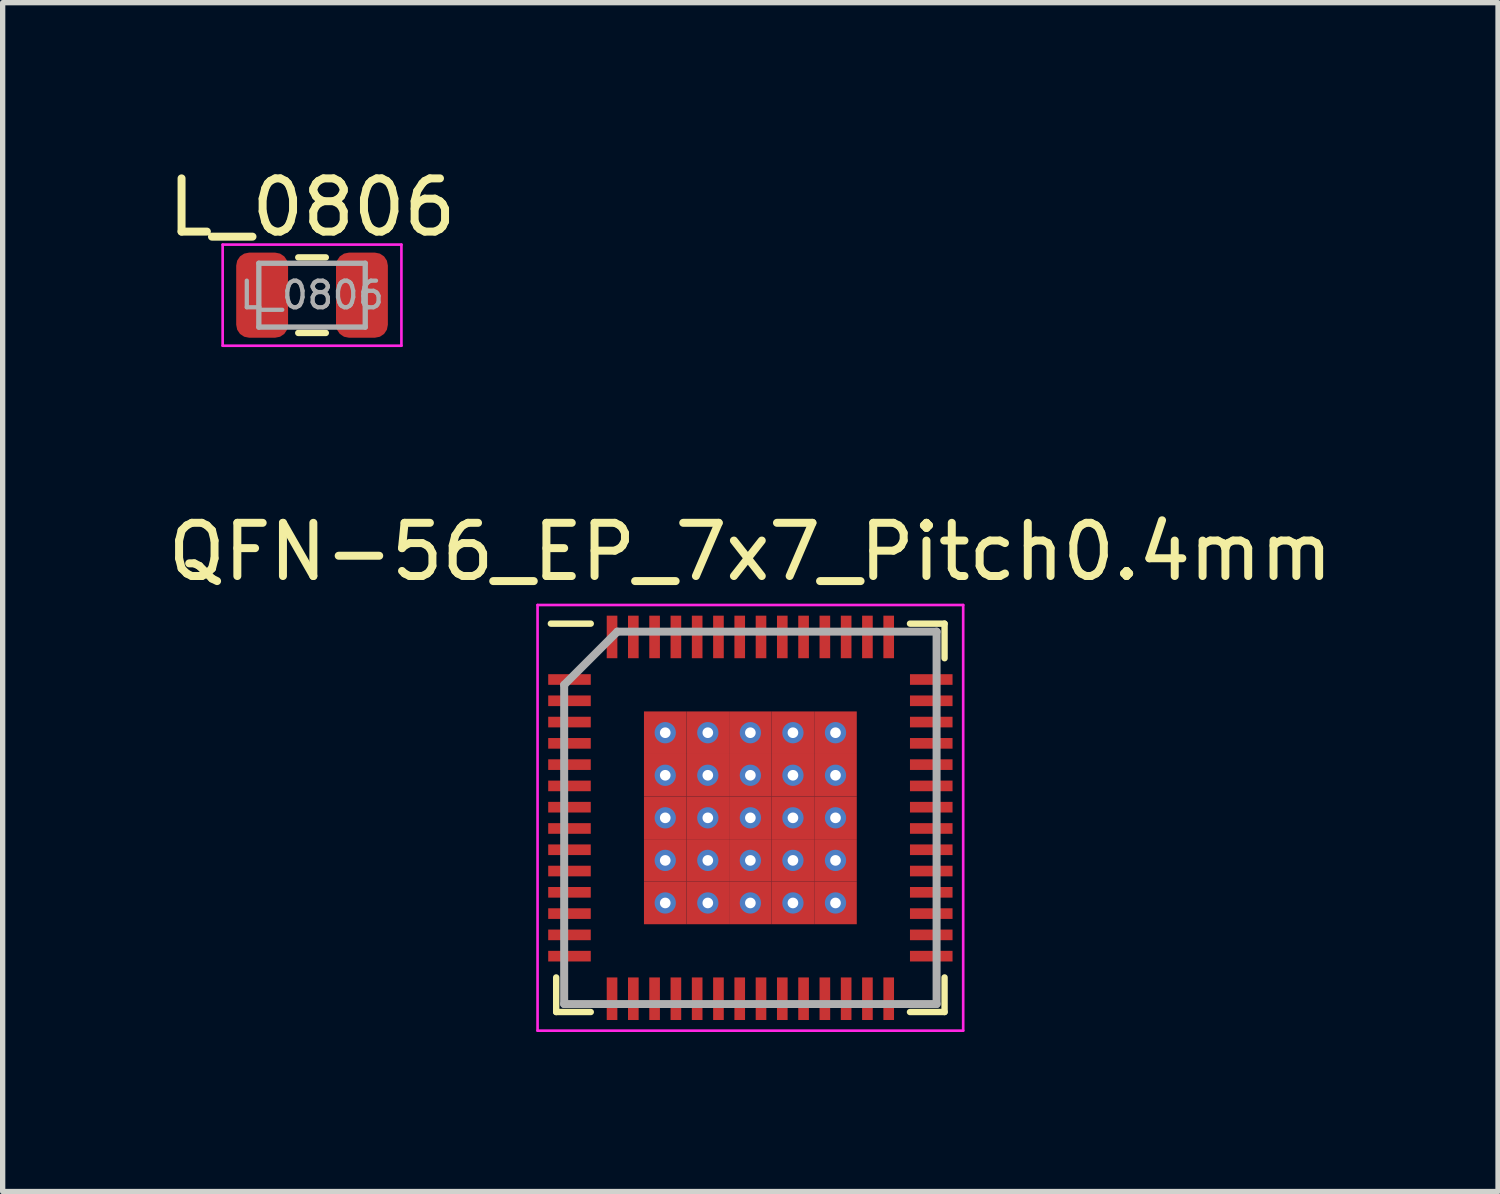
<source format=kicad_pcb>
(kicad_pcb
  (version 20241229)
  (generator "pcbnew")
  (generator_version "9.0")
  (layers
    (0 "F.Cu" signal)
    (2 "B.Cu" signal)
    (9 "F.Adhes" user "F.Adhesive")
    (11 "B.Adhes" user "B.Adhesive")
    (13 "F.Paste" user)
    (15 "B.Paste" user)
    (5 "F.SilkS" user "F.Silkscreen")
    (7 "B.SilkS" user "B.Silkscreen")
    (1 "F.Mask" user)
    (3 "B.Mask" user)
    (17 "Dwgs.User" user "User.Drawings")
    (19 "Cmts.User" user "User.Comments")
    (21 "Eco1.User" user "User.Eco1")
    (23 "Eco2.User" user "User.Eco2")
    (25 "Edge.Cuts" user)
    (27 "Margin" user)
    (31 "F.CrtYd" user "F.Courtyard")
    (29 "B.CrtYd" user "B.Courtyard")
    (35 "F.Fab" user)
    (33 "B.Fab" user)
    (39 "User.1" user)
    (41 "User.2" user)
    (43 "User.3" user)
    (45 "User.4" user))
  (footprint "QFN-56_EP_7x7_Pitch0.4mm"
    (layer "F.Cu")
    (at 11.054 12.322)
    (property "Reference" "QFN-56_EP_7x7_Pitch0.4mm" (at 0 -5 0) (layer "F.SilkS") (effects (font (size 1 1) (thickness 0.15))))
    (attr smd)
    (fp_line (start -3.65 3.65) (end -3.65 3) (stroke (width 0.12) (type solid)) (layer "F.SilkS"))
    (fp_line (start -3 -3.65) (end -3.75 -3.65) (stroke (width 0.12) (type solid)) (layer "F.SilkS"))
    (fp_line (start -3 3.65) (end -3.65 3.65) (stroke (width 0.12) (type solid)) (layer "F.SilkS"))
    (fp_line (start 3 -3.65) (end 3.65 -3.65) (stroke (width 0.12) (type solid)) (layer "F.SilkS"))
    (fp_line (start 3 3.65) (end 3.65 3.65) (stroke (width 0.12) (type solid)) (layer "F.SilkS"))
    (fp_line (start 3.65 -3.65) (end 3.65 -3) (stroke (width 0.12) (type solid)) (layer "F.SilkS"))
    (fp_line (start 3.65 3.65) (end 3.65 3) (stroke (width 0.12) (type solid)) (layer "F.SilkS"))
    (fp_poly (pts (xy -1.9 -1.9) (xy -0.1 -1.9) (xy -0.1 -0.1) (xy -1.9 -0.1)) (stroke (width 0.1) (type solid)) (fill yes) (layer "F.Paste"))
    (fp_poly (pts (xy -1.9 0.1) (xy -0.1 0.1) (xy -0.1 1.9) (xy -1.9 1.9)) (stroke (width 0.1) (type solid)) (fill yes) (layer "F.Paste"))
    (fp_poly (pts (xy 0.1 -1.9) (xy 1.9 -1.9) (xy 1.9 -0.1) (xy 0.1 -0.1)) (stroke (width 0.1) (type solid)) (fill yes) (layer "F.Paste"))
    (fp_poly (pts (xy 0.1 0.1) (xy 1.9 0.1) (xy 1.9 1.9) (xy 0.1 1.9)) (stroke (width 0.1) (type solid)) (fill yes) (layer "F.Paste"))
    (fp_line (start -4 -4) (end 4 -4) (stroke (width 0.05) (type solid)) (layer "F.CrtYd"))
    (fp_line (start -4 4) (end -4 -4) (stroke (width 0.05) (type solid)) (layer "F.CrtYd"))
    (fp_line (start 4 -4) (end 4 4) (stroke (width 0.05) (type solid)) (layer "F.CrtYd"))
    (fp_line (start 4 4) (end -4 4) (stroke (width 0.05) (type solid)) (layer "F.CrtYd"))
    (fp_line (start -3.5 -2.5) (end -3.5 3.5) (stroke (width 0.15) (type solid)) (layer "F.Fab"))
    (fp_line (start -3.5 3.5) (end 3.5 3.5) (stroke (width 0.15) (type solid)) (layer "F.Fab"))
    (fp_line (start -2.5 -3.5) (end -3.5 -2.5) (stroke (width 0.15) (type solid)) (layer "F.Fab"))
    (fp_line (start 3.5 -3.5) (end -2.5 -3.5) (stroke (width 0.15) (type solid)) (layer "F.Fab"))
    (fp_line (start 3.5 3.5) (end 3.5 -3.5) (stroke (width 0.15) (type solid)) (layer "F.Fab"))
    (pad "1" smd rect (at -3.4 -2.6 90) (size 0.2 0.8) (layers "F.Cu" "F.Mask" "F.Paste"))
    (pad "2" smd rect (at -3.4 -2.2 90) (size 0.2 0.8) (layers "F.Cu" "F.Mask" "F.Paste"))
    (pad "3" smd rect (at -3.4 -1.8 90) (size 0.2 0.8) (layers "F.Cu" "F.Mask" "F.Paste"))
    (pad "4" smd rect (at -3.4 -1.4 90) (size 0.2 0.8) (layers "F.Cu" "F.Mask" "F.Paste"))
    (pad "5" smd rect (at -3.4 -1 90) (size 0.2 0.8) (layers "F.Cu" "F.Mask" "F.Paste"))
    (pad "6" smd rect (at -3.4 -0.6 90) (size 0.2 0.8) (layers "F.Cu" "F.Mask" "F.Paste"))
    (pad "7" smd rect (at -3.4 -0.2 90) (size 0.2 0.8) (layers "F.Cu" "F.Mask" "F.Paste"))
    (pad "8" smd rect (at -3.4 0.2 90) (size 0.2 0.8) (layers "F.Cu" "F.Mask" "F.Paste"))
    (pad "9" smd rect (at -3.4 0.6 90) (size 0.2 0.8) (layers "F.Cu" "F.Mask" "F.Paste"))
    (pad "10" smd rect (at -3.4 1 90) (size 0.2 0.8) (layers "F.Cu" "F.Mask" "F.Paste"))
    (pad "11" smd rect (at -3.4 1.4 90) (size 0.2 0.8) (layers "F.Cu" "F.Mask" "F.Paste"))
    (pad "12" smd rect (at -3.4 1.8 90) (size 0.2 0.8) (layers "F.Cu" "F.Mask" "F.Paste"))
    (pad "13" smd rect (at -3.4 2.2 90) (size 0.2 0.8) (layers "F.Cu" "F.Mask" "F.Paste"))
    (pad "14" smd rect (at -3.4 2.6 90) (size 0.2 0.8) (layers "F.Cu" "F.Mask" "F.Paste"))
    (pad "15" smd rect (at -2.6 3.4) (size 0.2 0.8) (layers "F.Cu" "F.Mask" "F.Paste"))
    (pad "16" smd rect (at -2.2 3.4) (size 0.2 0.8) (layers "F.Cu" "F.Mask" "F.Paste"))
    (pad "17" smd rect (at -1.8 3.4) (size 0.2 0.8) (layers "F.Cu" "F.Mask" "F.Paste"))
    (pad "18" smd rect (at -1.4 3.4) (size 0.2 0.8) (layers "F.Cu" "F.Mask" "F.Paste"))
    (pad "19" smd rect (at -1 3.4) (size 0.2 0.8) (layers "F.Cu" "F.Mask" "F.Paste"))
    (pad "20" smd rect (at -0.6 3.4) (size 0.2 0.8) (layers "F.Cu" "F.Mask" "F.Paste"))
    (pad "21" smd rect (at -0.2 3.4) (size 0.2 0.8) (layers "F.Cu" "F.Mask" "F.Paste"))
    (pad "22" smd rect (at 0.2 3.4) (size 0.2 0.8) (layers "F.Cu" "F.Mask" "F.Paste"))
    (pad "23" smd rect (at 0.6 3.4) (size 0.2 0.8) (layers "F.Cu" "F.Mask" "F.Paste"))
    (pad "24" smd rect (at 1 3.4) (size 0.2 0.8) (layers "F.Cu" "F.Mask" "F.Paste"))
    (pad "25" smd rect (at 1.4 3.4) (size 0.2 0.8) (layers "F.Cu" "F.Mask" "F.Paste"))
    (pad "26" smd rect (at 1.8 3.4) (size 0.2 0.8) (layers "F.Cu" "F.Mask" "F.Paste"))
    (pad "27" smd rect (at 2.2 3.4) (size 0.2 0.8) (layers "F.Cu" "F.Mask" "F.Paste"))
    (pad "28" smd rect (at 2.6 3.4) (size 0.2 0.8) (layers "F.Cu" "F.Mask" "F.Paste"))
    (pad "29" smd rect (at 3.4 2.6 90) (size 0.2 0.8) (layers "F.Cu" "F.Mask" "F.Paste"))
    (pad "30" smd rect (at 3.4 2.2 90) (size 0.2 0.8) (layers "F.Cu" "F.Mask" "F.Paste"))
    (pad "31" smd rect (at 3.4 1.8 90) (size 0.2 0.8) (layers "F.Cu" "F.Mask" "F.Paste"))
    (pad "32" smd rect (at 3.4 1.4 90) (size 0.2 0.8) (layers "F.Cu" "F.Mask" "F.Paste"))
    (pad "33" smd rect (at 3.4 1 90) (size 0.2 0.8) (layers "F.Cu" "F.Mask" "F.Paste"))
    (pad "34" smd rect (at 3.4 0.6 90) (size 0.2 0.8) (layers "F.Cu" "F.Mask" "F.Paste"))
    (pad "35" smd rect (at 3.4 0.2 90) (size 0.2 0.8) (layers "F.Cu" "F.Mask" "F.Paste"))
    (pad "36" smd rect (at 3.4 -0.2 90) (size 0.2 0.8) (layers "F.Cu" "F.Mask" "F.Paste"))
    (pad "37" smd rect (at 3.4 -0.6 90) (size 0.2 0.8) (layers "F.Cu" "F.Mask" "F.Paste"))
    (pad "38" smd rect (at 3.4 -1 90) (size 0.2 0.8) (layers "F.Cu" "F.Mask" "F.Paste"))
    (pad "39" smd rect (at 3.4 -1.4 90) (size 0.2 0.8) (layers "F.Cu" "F.Mask" "F.Paste"))
    (pad "40" smd rect (at 3.4 -1.8 90) (size 0.2 0.8) (layers "F.Cu" "F.Mask" "F.Paste"))
    (pad "41" smd rect (at 3.4 -2.2 90) (size 0.2 0.8) (layers "F.Cu" "F.Mask" "F.Paste"))
    (pad "42" smd rect (at 3.4 -2.6 90) (size 0.2 0.8) (layers "F.Cu" "F.Mask" "F.Paste"))
    (pad "43" smd rect (at 2.6 -3.4) (size 0.2 0.8) (layers "F.Cu" "F.Mask" "F.Paste"))
    (pad "44" smd rect (at 2.2 -3.4) (size 0.2 0.8) (layers "F.Cu" "F.Mask" "F.Paste"))
    (pad "45" smd rect (at 1.8 -3.4) (size 0.2 0.8) (layers "F.Cu" "F.Mask" "F.Paste"))
    (pad "46" smd rect (at 1.4 -3.4) (size 0.2 0.8) (layers "F.Cu" "F.Mask" "F.Paste"))
    (pad "47" smd rect (at 1 -3.4) (size 0.2 0.8) (layers "F.Cu" "F.Mask" "F.Paste"))
    (pad "48" smd rect (at 0.6 -3.4) (size 0.2 0.8) (layers "F.Cu" "F.Mask" "F.Paste"))
    (pad "49" smd rect (at 0.2 -3.4) (size 0.2 0.8) (layers "F.Cu" "F.Mask" "F.Paste"))
    (pad "50" smd rect (at -0.2 -3.4) (size 0.2 0.8) (layers "F.Cu" "F.Mask" "F.Paste"))
    (pad "51" smd rect (at -0.6 -3.4) (size 0.2 0.8) (layers "F.Cu" "F.Mask" "F.Paste"))
    (pad "52" smd rect (at -1 -3.4) (size 0.2 0.8) (layers "F.Cu" "F.Mask" "F.Paste"))
    (pad "53" smd rect (at -1.4 -3.4) (size 0.2 0.8) (layers "F.Cu" "F.Mask" "F.Paste"))
    (pad "54" smd rect (at -1.8 -3.4) (size 0.2 0.8) (layers "F.Cu" "F.Mask" "F.Paste"))
    (pad "55" smd rect (at -2.2 -3.4) (size 0.2 0.8) (layers "F.Cu" "F.Mask" "F.Paste"))
    (pad "56" smd rect (at -2.6 -3.4) (size 0.2 0.8) (layers "F.Cu" "F.Mask" "F.Paste"))
    (pad "57" thru_hole circle (at -1.6 -1.6) (size 0.4 0.4) (drill 0.2) (layers "*.Cu" "*.Mask"))
    (pad "57" smd rect (at -1.6 -1.6) (size 0.8 0.8) (layers "F.Cu" "F.Mask" "F.Paste"))
    (pad "57" thru_hole circle (at -1.6 -0.8) (size 0.4 0.4) (drill 0.2) (layers "*.Cu" "*.Mask"))
    (pad "57" smd rect (at -1.6 -0.8) (size 0.8 0.8) (layers "F.Cu" "F.Mask" "F.Paste"))
    (pad "57" thru_hole circle (at -1.6 0) (size 0.4 0.4) (drill 0.2) (layers "*.Cu" "*.Mask"))
    (pad "57" smd rect (at -1.6 0) (size 0.8 0.8) (layers "F.Cu" "F.Mask" "F.Paste"))
    (pad "57" thru_hole circle (at -1.6 0.8) (size 0.4 0.4) (drill 0.2) (layers "*.Cu" "*.Mask"))
    (pad "57" smd rect (at -1.6 0.8) (size 0.8 0.8) (layers "F.Cu" "F.Mask" "F.Paste"))
    (pad "57" thru_hole circle (at -1.6 1.6) (size 0.4 0.4) (drill 0.2) (layers "*.Cu" "*.Mask"))
    (pad "57" smd rect (at -1.6 1.6) (size 0.8 0.8) (layers "F.Cu" "F.Mask" "F.Paste"))
    (pad "57" thru_hole circle (at -0.8 -1.6) (size 0.4 0.4) (drill 0.2) (layers "*.Cu" "*.Mask"))
    (pad "57" smd rect (at -0.8 -1.6) (size 0.8 0.8) (layers "F.Cu" "F.Mask" "F.Paste"))
    (pad "57" thru_hole circle (at -0.8 -0.8) (size 0.4 0.4) (drill 0.2) (layers "*.Cu" "*.Mask"))
    (pad "57" smd rect (at -0.8 -0.8) (size 0.8 0.8) (layers "F.Cu" "F.Mask" "F.Paste"))
    (pad "57" thru_hole circle (at -0.8 0) (size 0.4 0.4) (drill 0.2) (layers "*.Cu" "*.Mask"))
    (pad "57" smd rect (at -0.8 0) (size 0.8 0.8) (layers "F.Cu" "F.Mask" "F.Paste"))
    (pad "57" thru_hole circle (at -0.8 0.8) (size 0.4 0.4) (drill 0.2) (layers "*.Cu" "*.Mask"))
    (pad "57" smd rect (at -0.8 0.8) (size 0.8 0.8) (layers "F.Cu" "F.Mask" "F.Paste"))
    (pad "57" thru_hole circle (at -0.8 1.6) (size 0.4 0.4) (drill 0.2) (layers "*.Cu" "*.Mask"))
    (pad "57" smd rect (at -0.8 1.6) (size 0.8 0.8) (layers "F.Cu" "F.Mask" "F.Paste"))
    (pad "57" thru_hole circle (at 0 -1.6) (size 0.4 0.4) (drill 0.2) (layers "*.Cu" "*.Mask"))
    (pad "57" smd rect (at 0 -1.6) (size 0.8 0.8) (layers "F.Cu" "F.Mask" "F.Paste"))
    (pad "57" thru_hole circle (at 0 -0.8) (size 0.4 0.4) (drill 0.2) (layers "*.Cu" "*.Mask"))
    (pad "57" smd rect (at 0 -0.8) (size 0.8 0.8) (layers "F.Cu" "F.Mask" "F.Paste"))
    (pad "57" thru_hole circle (at 0 0) (size 0.4 0.4) (drill 0.2) (layers "*.Cu" "*.Mask"))
    (pad "57" smd rect (at 0 0) (size 0.8 0.8) (layers "F.Cu" "F.Mask" "F.Paste"))
    (pad "57" thru_hole circle (at 0 0.8) (size 0.4 0.4) (drill 0.2) (layers "*.Cu" "*.Mask"))
    (pad "57" smd rect (at 0 0.8) (size 0.8 0.8) (layers "F.Cu" "F.Mask" "F.Paste"))
    (pad "57" thru_hole circle (at 0 1.6) (size 0.4 0.4) (drill 0.2) (layers "*.Cu" "*.Mask"))
    (pad "57" smd rect (at 0 1.6) (size 0.8 0.8) (layers "F.Cu" "F.Mask" "F.Paste"))
    (pad "57" thru_hole circle (at 0.8 -1.6) (size 0.4 0.4) (drill 0.2) (layers "*.Cu" "*.Mask"))
    (pad "57" smd rect (at 0.8 -1.6) (size 0.8 0.8) (layers "F.Cu" "F.Mask" "F.Paste"))
    (pad "57" thru_hole circle (at 0.8 -0.8) (size 0.4 0.4) (drill 0.2) (layers "*.Cu" "*.Mask"))
    (pad "57" smd rect (at 0.8 -0.8) (size 0.8 0.8) (layers "F.Cu" "F.Mask" "F.Paste"))
    (pad "57" thru_hole circle (at 0.8 0) (size 0.4 0.4) (drill 0.2) (layers "*.Cu" "*.Mask"))
    (pad "57" smd rect (at 0.8 0) (size 0.8 0.8) (layers "F.Cu" "F.Mask" "F.Paste"))
    (pad "57" thru_hole circle (at 0.8 0.8) (size 0.4 0.4) (drill 0.2) (layers "*.Cu" "*.Mask"))
    (pad "57" smd rect (at 0.8 0.8) (size 0.8 0.8) (layers "F.Cu" "F.Mask" "F.Paste"))
    (pad "57" thru_hole circle (at 0.8 1.6) (size 0.4 0.4) (drill 0.2) (layers "*.Cu" "*.Mask"))
    (pad "57" smd rect (at 0.8 1.6) (size 0.8 0.8) (layers "F.Cu" "F.Mask" "F.Paste"))
    (pad "57" thru_hole circle (at 1.6 -1.6) (size 0.4 0.4) (drill 0.2) (layers "*.Cu" "*.Mask"))
    (pad "57" smd rect (at 1.6 -1.6) (size 0.8 0.8) (layers "F.Cu" "F.Mask" "F.Paste"))
    (pad "57" thru_hole circle (at 1.6 -0.8) (size 0.4 0.4) (drill 0.2) (layers "*.Cu" "*.Mask"))
    (pad "57" smd rect (at 1.6 -0.8) (size 0.8 0.8) (layers "F.Cu" "F.Mask" "F.Paste"))
    (pad "57" thru_hole circle (at 1.6 0) (size 0.4 0.4) (drill 0.2) (layers "*.Cu" "*.Mask"))
    (pad "57" smd rect (at 1.6 0) (size 0.8 0.8) (layers "F.Cu" "F.Mask" "F.Paste"))
    (pad "57" thru_hole circle (at 1.6 0.8) (size 0.4 0.4) (drill 0.2) (layers "*.Cu" "*.Mask"))
    (pad "57" smd rect (at 1.6 0.8) (size 0.8 0.8) (layers "F.Cu" "F.Mask" "F.Paste"))
    (pad "57" thru_hole circle (at 1.6 1.6) (size 0.4 0.4) (drill 0.2) (layers "*.Cu" "*.Mask"))
    (pad "57" smd rect (at 1.6 1.6) (size 0.8 0.8) (layers "F.Cu" "F.Mask" "F.Paste")))
  (footprint "L_0806"
    (layer "F.Cu")
    (at 2.815 2.498)
    (property "Reference" "L_0806" (at 0 -1.65 0) (layer "F.SilkS") (effects (font (size 1 1) (thickness 0.15))))
    (attr smd)
    (fp_line (start -0.259 -0.71) (end 0.259 -0.71) (stroke (width 0.12) (type solid)) (layer "F.SilkS"))
    (fp_line (start -0.259 0.71) (end 0.259 0.71) (stroke (width 0.12) (type solid)) (layer "F.SilkS"))
    (fp_line (start -1.68 -0.95) (end 1.68 -0.95) (stroke (width 0.05) (type solid)) (layer "F.CrtYd"))
    (fp_line (start -1.68 0.95) (end -1.68 -0.95) (stroke (width 0.05) (type solid)) (layer "F.CrtYd"))
    (fp_line (start 1.68 -0.95) (end 1.68 0.95) (stroke (width 0.05) (type solid)) (layer "F.CrtYd"))
    (fp_line (start 1.68 0.95) (end -1.68 0.95) (stroke (width 0.05) (type solid)) (layer "F.CrtYd"))
    (fp_line (start -1 -0.6) (end 1 -0.6) (stroke (width 0.1) (type solid)) (layer "F.Fab"))
    (fp_line (start -1 0.6) (end -1 -0.6) (stroke (width 0.1) (type solid)) (layer "F.Fab"))
    (fp_line (start 1 -0.6) (end 1 0.6) (stroke (width 0.1) (type solid)) (layer "F.Fab"))
    (fp_line (start 1 0.6) (end -1 0.6) (stroke (width 0.1) (type solid)) (layer "F.Fab"))
    (fp_text user "${REFERENCE}" (at 0 0 0) (layer "F.Fab") (effects (font (size 0.5 0.5) (thickness 0.08))))
    (pad "1" smd roundrect (at -0.938 0) (size 0.975 1.6) (layers "F.Cu" "F.Mask" "F.Paste") (roundrect_rratio 0.25))
    (pad "2" smd roundrect (at 0.938 0) (size 0.975 1.6) (layers "F.Cu" "F.Mask" "F.Paste") (roundrect_rratio 0.25)))
  (gr_rect
    (start -3 -3)
    (end 25.107 19.346)
    (stroke (width 0.1) (type default))
    (fill no)
    (layer "Edge.Cuts")))
</source>
